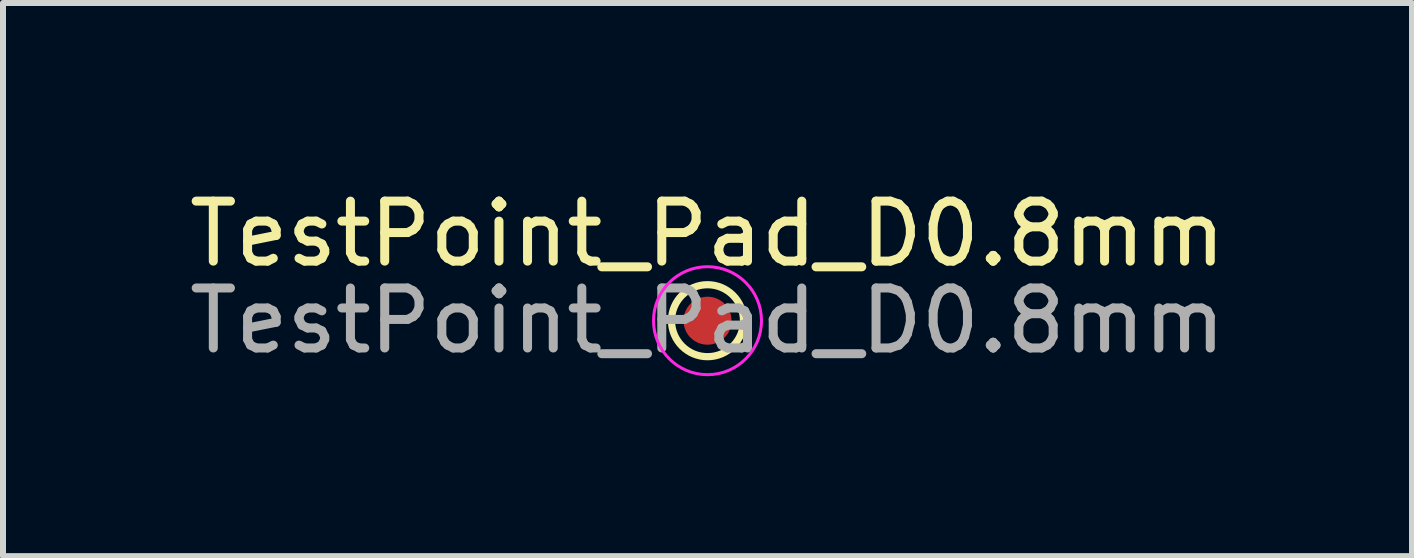
<source format=kicad_pcb>
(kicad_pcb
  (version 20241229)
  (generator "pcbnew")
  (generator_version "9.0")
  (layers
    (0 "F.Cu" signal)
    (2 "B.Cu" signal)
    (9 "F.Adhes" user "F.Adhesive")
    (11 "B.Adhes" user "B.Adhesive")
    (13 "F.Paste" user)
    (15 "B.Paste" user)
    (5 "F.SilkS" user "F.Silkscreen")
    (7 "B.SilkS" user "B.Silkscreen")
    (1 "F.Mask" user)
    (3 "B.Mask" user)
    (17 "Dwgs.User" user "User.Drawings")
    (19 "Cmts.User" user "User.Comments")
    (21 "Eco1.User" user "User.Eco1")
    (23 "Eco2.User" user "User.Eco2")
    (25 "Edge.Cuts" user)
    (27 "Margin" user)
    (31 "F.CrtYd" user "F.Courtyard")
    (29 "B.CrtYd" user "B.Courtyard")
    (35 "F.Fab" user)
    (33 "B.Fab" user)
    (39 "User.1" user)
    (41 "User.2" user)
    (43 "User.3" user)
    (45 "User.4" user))
  (footprint "TestPoint_Pad_D0.8mm"
    (layer "F.Cu")
    (at 8.744 2.296)
    (property "Reference" "TestPoint_Pad_D0.8mm" (at 0 -1.448 0) (layer "F.SilkS") (effects (font (size 1 1) (thickness 0.15))))
    (attr exclude_from_pos_files exclude_from_bom)
    (fp_circle (center 0 0) (end 0.6 0) (stroke (width 0.12) (type solid)) (fill no) (layer "F.SilkS"))
    (fp_circle (center 0 0) (end 0.9 0) (stroke (width 0.05) (type solid)) (fill no) (layer "F.CrtYd"))
    (fp_text user "${REFERENCE}" (at 0 0 0) (layer "F.Fab") (effects (font (size 1 1) (thickness 0.15))))
    (pad "1" smd circle (at 0 0) (size 0.8 0.8) (layers "F.Cu" "F.Mask")))
  (gr_rect
    (start -3 -3)
    (end 20.488 6.221)
    (stroke (width 0.1) (type default))
    (fill no)
    (layer "Edge.Cuts")))
</source>
